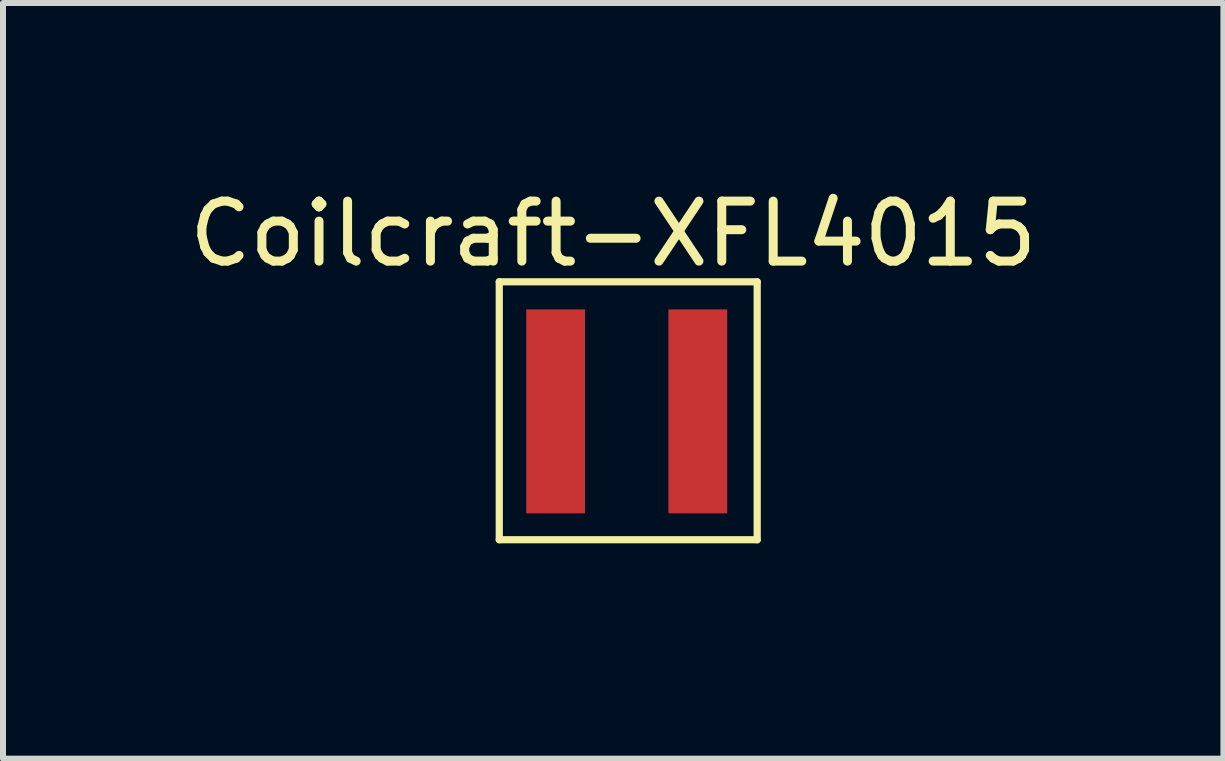
<source format=kicad_pcb>
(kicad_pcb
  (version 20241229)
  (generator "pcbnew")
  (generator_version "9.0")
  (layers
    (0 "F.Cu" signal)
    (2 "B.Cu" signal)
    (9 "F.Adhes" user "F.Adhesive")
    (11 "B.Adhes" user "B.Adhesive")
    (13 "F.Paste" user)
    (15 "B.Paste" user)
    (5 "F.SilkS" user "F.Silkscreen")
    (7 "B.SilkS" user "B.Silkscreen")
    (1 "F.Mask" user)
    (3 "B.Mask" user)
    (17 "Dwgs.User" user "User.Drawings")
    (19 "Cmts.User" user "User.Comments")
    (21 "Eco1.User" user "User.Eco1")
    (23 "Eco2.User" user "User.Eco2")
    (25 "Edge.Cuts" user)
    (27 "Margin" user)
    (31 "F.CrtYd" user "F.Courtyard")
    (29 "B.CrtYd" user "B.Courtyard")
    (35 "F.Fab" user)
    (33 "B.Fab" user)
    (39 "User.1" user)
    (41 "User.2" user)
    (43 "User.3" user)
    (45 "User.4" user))
  (footprint "Coilcraft-XFL4015"
    (layer "F.Cu")
    (at 3.673 6.348)
    (property "Reference" "Coilcraft-XFL4015" (at 3.5 -5.5 0) (layer "F.SilkS") (effects (font (size 1 1) (thickness 0.15))))
    (attr through_hole)
    (fp_line (start 1.6 -4.7) (end 1.6 -0.4) (stroke (width 0.12) (type solid)) (layer "F.SilkS"))
    (fp_line (start 1.6 -4.7) (end 5.9 -4.7) (stroke (width 0.12) (type solid)) (layer "F.SilkS"))
    (fp_line (start 1.6 -0.4) (end 5.9 -0.4) (stroke (width 0.12) (type solid)) (layer "F.SilkS"))
    (fp_line (start 5.9 -4.7) (end 5.9 -0.4) (stroke (width 0.12) (type solid)) (layer "F.SilkS"))
    (pad "1" smd rect (at 2.54 -2.54) (size 0.98 3.4) (layers "F.Cu" "F.Mask" "F.Paste"))
    (pad "2" smd rect (at 4.91 -2.54) (size 0.98 3.4) (layers "F.Cu" "F.Mask" "F.Paste")))
  (gr_rect
    (start -3 -3)
    (end 17.345 9.598)
    (stroke (width 0.1) (type default))
    (fill no)
    (layer "Edge.Cuts")))
</source>
